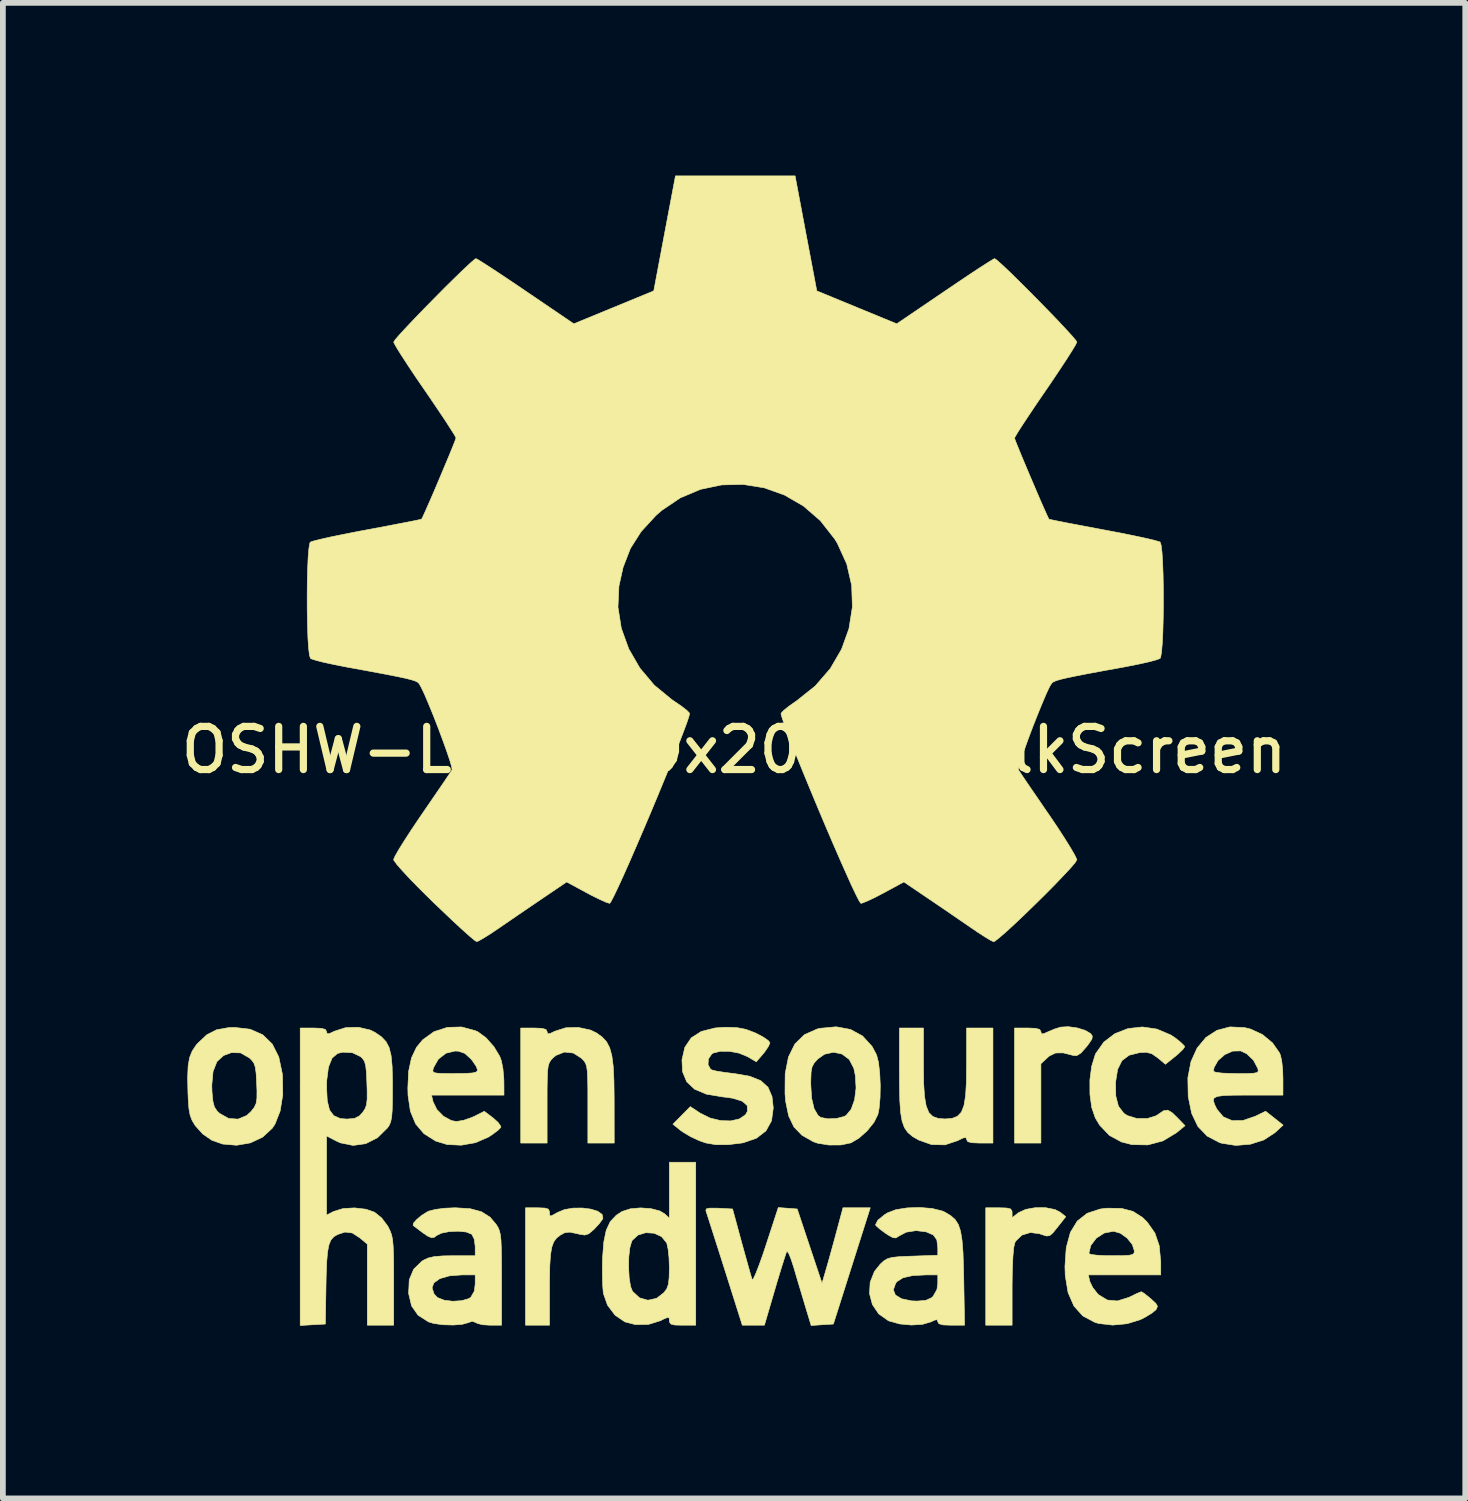
<source format=kicad_pcb>
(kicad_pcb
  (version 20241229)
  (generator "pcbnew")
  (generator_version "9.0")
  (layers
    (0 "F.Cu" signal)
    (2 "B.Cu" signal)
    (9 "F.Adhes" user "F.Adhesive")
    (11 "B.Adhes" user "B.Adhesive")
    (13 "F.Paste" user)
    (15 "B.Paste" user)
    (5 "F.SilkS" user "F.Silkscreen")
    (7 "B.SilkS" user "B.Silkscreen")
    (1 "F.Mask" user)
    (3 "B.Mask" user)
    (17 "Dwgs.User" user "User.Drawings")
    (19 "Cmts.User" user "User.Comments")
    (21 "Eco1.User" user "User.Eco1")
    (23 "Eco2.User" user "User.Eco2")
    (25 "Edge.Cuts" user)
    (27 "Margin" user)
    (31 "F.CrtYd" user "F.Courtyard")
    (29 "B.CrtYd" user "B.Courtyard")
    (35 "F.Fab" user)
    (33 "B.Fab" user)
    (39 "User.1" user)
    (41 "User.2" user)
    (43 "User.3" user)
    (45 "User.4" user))
  (footprint "OSHW-Logo_19x20mm_SilkScreen"
    (layer "F.Cu")
    (at 9.702 9.978)
    (property "Reference" "OSHW-Logo_19x20mm_SilkScreen" (at 0 0 0) (layer "F.SilkS") (effects (font (size 0.75 0.75) (thickness 0.125))))
    (attr exclude_from_pos_files exclude_from_bom)
    (fp_poly (pts (xy 5.959 4.828) (xy 6.102 4.872) (xy 6.194 4.927) (xy 6.224 4.971) (xy 6.216 5.023) (xy 6.162 5.104) (xy 6.117 5.162) (xy 6.024 5.266) (xy 5.953 5.31) (xy 5.893 5.307) (xy 5.716 5.262) (xy 5.585 5.264) (xy 5.479 5.315) (xy 5.444 5.345) (xy 5.33 5.451) (xy 5.33 6.829) (xy 4.872 6.829) (xy 4.872 4.83) (xy 5.101 4.83) (xy 5.238 4.836) (xy 5.309 4.855) (xy 5.33 4.893) (xy 5.33 4.894) (xy 5.34 4.933) (xy 5.383 4.928) (xy 5.444 4.9) (xy 5.57 4.847) (xy 5.672 4.815) (xy 5.803 4.807) (xy 5.959 4.828)) (stroke (width 0.01) (type solid)) (fill yes) (layer "F.SilkS"))
    (fp_poly (pts (xy 5.415 7.952) (xy 5.575 7.984) (xy 5.666 8.031) (xy 5.762 8.108) (xy 5.626 8.281) (xy 5.542 8.385) (xy 5.485 8.436) (xy 5.428 8.444) (xy 5.345 8.418) (xy 5.306 8.404) (xy 5.147 8.383) (xy 5.001 8.428) (xy 4.895 8.529) (xy 4.877 8.562) (xy 4.858 8.647) (xy 4.844 8.805) (xy 4.834 9.023) (xy 4.83 9.291) (xy 4.83 9.329) (xy 4.83 9.993) (xy 4.372 9.993) (xy 4.372 7.953) (xy 4.601 7.953) (xy 4.733 7.957) (xy 4.802 7.972) (xy 4.827 8.007) (xy 4.83 8.039) (xy 4.83 8.126) (xy 4.94 8.039) (xy 5.066 7.981) (xy 5.235 7.951) (xy 5.415 7.952)) (stroke (width 0.01) (type solid)) (fill yes) (layer "F.SilkS"))
    (fp_poly (pts (xy -3.289 7.958) (xy -3.227 7.976) (xy -3.207 8.017) (xy -3.206 8.036) (xy -3.203 8.087) (xy -3.178 8.095) (xy -3.111 8.06) (xy -3.071 8.036) (xy -2.945 7.984) (xy -2.795 7.959) (xy -2.638 7.957) (xy -2.49 7.976) (xy -2.37 8.013) (xy -2.293 8.067) (xy -2.278 8.134) (xy -2.286 8.152) (xy -2.341 8.228) (xy -2.427 8.321) (xy -2.443 8.336) (xy -2.525 8.405) (xy -2.595 8.427) (xy -2.694 8.411) (xy -2.734 8.401) (xy -2.857 8.376) (xy -2.943 8.387) (xy -3.017 8.427) (xy -3.084 8.479) (xy -3.133 8.546) (xy -3.167 8.639) (xy -3.189 8.77) (xy -3.201 8.954) (xy -3.206 9.201) (xy -3.206 9.351) (xy -3.206 9.993) (xy -3.623 9.993) (xy -3.623 7.953) (xy -3.414 7.953) (xy -3.289 7.958)) (stroke (width 0.01) (type solid)) (fill yes) (layer "F.SilkS"))
    (fp_poly (pts (xy 3.29 5.478) (xy 3.293 5.784) (xy 3.308 6.016) (xy 3.337 6.184) (xy 3.383 6.298) (xy 3.452 6.367) (xy 3.547 6.401) (xy 3.664 6.41) (xy 3.787 6.4) (xy 3.88 6.364) (xy 3.948 6.293) (xy 3.994 6.177) (xy 4.022 6.005) (xy 4.036 5.77) (xy 4.039 5.478) (xy 4.039 4.83) (xy 4.497 4.83) (xy 4.497 6.829) (xy 4.268 6.829) (xy 4.13 6.823) (xy 4.059 6.804) (xy 4.039 6.766) (xy 4.027 6.733) (xy 3.979 6.74) (xy 3.883 6.787) (xy 3.664 6.86) (xy 3.43 6.855) (xy 3.207 6.776) (xy 3.1 6.714) (xy 3.019 6.646) (xy 2.96 6.562) (xy 2.919 6.449) (xy 2.893 6.296) (xy 2.879 6.09) (xy 2.874 5.82) (xy 2.873 5.612) (xy 2.873 4.83) (xy 3.29 4.83) (xy 3.29 5.478)) (stroke (width 0.01) (type solid)) (fill yes) (layer "F.SilkS"))
    (fp_poly (pts (xy -2.497 4.865) (xy -2.393 4.914) (xy -2.293 4.986) (xy -2.216 5.068) (xy -2.161 5.173) (xy -2.123 5.312) (xy -2.099 5.498) (xy -2.087 5.742) (xy -2.083 6.057) (xy -2.083 6.09) (xy -2.082 6.829) (xy -2.54 6.829) (xy -2.54 6.147) (xy -2.54 5.895) (xy -2.543 5.712) (xy -2.549 5.585) (xy -2.561 5.499) (xy -2.58 5.442) (xy -2.609 5.399) (xy -2.65 5.356) (xy -2.792 5.265) (xy -2.947 5.248) (xy -3.094 5.306) (xy -3.146 5.349) (xy -3.183 5.389) (xy -3.21 5.433) (xy -3.229 5.492) (xy -3.24 5.582) (xy -3.245 5.716) (xy -3.248 5.907) (xy -3.248 6.14) (xy -3.248 6.829) (xy -3.706 6.829) (xy -3.706 4.83) (xy -3.477 4.83) (xy -3.339 4.836) (xy -3.268 4.855) (xy -3.248 4.893) (xy -3.248 4.894) (xy -3.238 4.931) (xy -3.196 4.926) (xy -3.113 4.886) (xy -2.923 4.826) (xy -2.706 4.82) (xy -2.497 4.865)) (stroke (width 0.01) (type solid)) (fill yes) (layer "F.SilkS"))
    (fp_poly (pts (xy 7.342 4.848) (xy 7.584 4.95) (xy 7.66 5) (xy 7.757 5.077) (xy 7.818 5.137) (xy 7.828 5.157) (xy 7.798 5.2) (xy 7.722 5.274) (xy 7.661 5.326) (xy 7.493 5.46) (xy 7.361 5.349) (xy 7.258 5.277) (xy 7.159 5.252) (xy 7.044 5.258) (xy 6.863 5.303) (xy 6.738 5.397) (xy 6.663 5.548) (xy 6.628 5.766) (xy 6.628 5.766) (xy 6.631 6.01) (xy 6.677 6.189) (xy 6.77 6.311) (xy 6.833 6.352) (xy 7 6.403) (xy 7.178 6.403) (xy 7.333 6.354) (xy 7.37 6.329) (xy 7.462 6.267) (xy 7.534 6.257) (xy 7.612 6.303) (xy 7.698 6.386) (xy 7.834 6.527) (xy 7.683 6.651) (xy 7.45 6.791) (xy 7.187 6.861) (xy 6.912 6.856) (xy 6.731 6.81) (xy 6.52 6.696) (xy 6.351 6.518) (xy 6.275 6.392) (xy 6.213 6.211) (xy 6.182 5.982) (xy 6.181 5.734) (xy 6.212 5.495) (xy 6.273 5.296) (xy 6.282 5.275) (xy 6.424 5.074) (xy 6.616 4.928) (xy 6.843 4.84) (xy 7.091 4.812) (xy 7.342 4.848)) (stroke (width 0.01) (type solid)) (fill yes) (layer "F.SilkS"))
    (fp_poly (pts (xy 2.023 4.855) (xy 2.233 4.97) (xy 2.398 5.151) (xy 2.476 5.298) (xy 2.509 5.428) (xy 2.53 5.613) (xy 2.54 5.827) (xy 2.536 6.042) (xy 2.519 6.23) (xy 2.499 6.331) (xy 2.431 6.468) (xy 2.313 6.615) (xy 2.171 6.742) (xy 2.031 6.825) (xy 2.027 6.826) (xy 1.853 6.862) (xy 1.646 6.863) (xy 1.45 6.831) (xy 1.374 6.804) (xy 1.179 6.693) (xy 1.039 6.548) (xy 0.948 6.357) (xy 0.896 6.105) (xy 0.885 5.973) (xy 0.886 5.808) (xy 1.332 5.808) (xy 1.347 6.049) (xy 1.391 6.233) (xy 1.46 6.351) (xy 1.509 6.385) (xy 1.634 6.408) (xy 1.783 6.401) (xy 1.912 6.367) (xy 1.946 6.349) (xy 2.035 6.241) (xy 2.094 6.075) (xy 2.119 5.874) (xy 2.107 5.658) (xy 2.08 5.528) (xy 2.001 5.377) (xy 1.877 5.283) (xy 1.728 5.251) (xy 1.573 5.285) (xy 1.454 5.368) (xy 1.392 5.437) (xy 1.355 5.505) (xy 1.338 5.597) (xy 1.333 5.738) (xy 1.332 5.808) (xy 0.886 5.808) (xy 0.888 5.621) (xy 0.945 5.333) (xy 1.056 5.108) (xy 1.222 4.946) (xy 1.442 4.848) (xy 1.489 4.836) (xy 1.772 4.809) (xy 2.023 4.855)) (stroke (width 0.01) (type solid)) (fill yes) (layer "F.SilkS"))
    (fp_poly (pts (xy 1.097 7.974) (xy 1.312 8.619) (xy 1.528 9.265) (xy 1.595 9.036) (xy 1.636 8.894) (xy 1.689 8.703) (xy 1.747 8.493) (xy 1.777 8.38) (xy 1.892 7.953) (xy 2.366 7.953) (xy 2.224 8.401) (xy 2.154 8.621) (xy 2.07 8.886) (xy 1.982 9.163) (xy 1.904 9.41) (xy 1.725 9.973) (xy 1.532 9.985) (xy 1.339 9.998) (xy 1.234 9.652) (xy 1.17 9.437) (xy 1.099 9.201) (xy 1.038 8.992) (xy 1.035 8.983) (xy 0.989 8.842) (xy 0.949 8.745) (xy 0.92 8.708) (xy 0.914 8.713) (xy 0.894 8.769) (xy 0.855 8.891) (xy 0.802 9.061) (xy 0.74 9.266) (xy 0.707 9.379) (xy 0.527 9.993) (xy 0.143 9.993) (xy -0.163 9.025) (xy -0.249 8.754) (xy -0.328 8.507) (xy -0.395 8.297) (xy -0.447 8.135) (xy -0.48 8.033) (xy -0.49 8.003) (xy -0.482 7.972) (xy -0.419 7.959) (xy -0.289 7.96) (xy -0.268 7.961) (xy -0.026 7.974) (xy 0.132 8.557) (xy 0.191 8.769) (xy 0.243 8.956) (xy 0.284 9.101) (xy 0.31 9.188) (xy 0.315 9.202) (xy 0.335 9.186) (xy 0.375 9.102) (xy 0.43 8.961) (xy 0.497 8.775) (xy 0.553 8.607) (xy 0.768 7.949) (xy 1.097 7.974)) (stroke (width 0.01) (type solid)) (fill yes) (layer "F.SilkS"))
    (fp_poly (pts (xy -8.405 4.852) (xy -8.188 4.948) (xy -8.022 5.109) (xy -7.909 5.334) (xy -7.848 5.625) (xy -7.844 5.67) (xy -7.84 5.99) (xy -7.885 6.271) (xy -7.974 6.498) (xy -8.022 6.571) (xy -8.19 6.726) (xy -8.403 6.826) (xy -8.642 6.867) (xy -8.885 6.846) (xy -9.07 6.781) (xy -9.23 6.671) (xy -9.36 6.527) (xy -9.362 6.524) (xy -9.415 6.435) (xy -9.449 6.346) (xy -9.47 6.233) (xy -9.482 6.074) (xy -9.487 5.944) (xy -9.49 5.826) (xy -9.073 5.826) (xy -9.069 5.943) (xy -9.054 6.1) (xy -9.028 6.201) (xy -8.981 6.272) (xy -8.937 6.314) (xy -8.781 6.401) (xy -8.618 6.413) (xy -8.466 6.35) (xy -8.39 6.28) (xy -8.335 6.209) (xy -8.303 6.141) (xy -8.289 6.052) (xy -8.288 5.919) (xy -8.293 5.797) (xy -8.302 5.623) (xy -8.317 5.51) (xy -8.343 5.436) (xy -8.388 5.379) (xy -8.424 5.347) (xy -8.573 5.262) (xy -8.733 5.258) (xy -8.868 5.308) (xy -8.983 5.413) (xy -9.051 5.585) (xy -9.073 5.826) (xy -9.49 5.826) (xy -9.492 5.685) (xy -9.484 5.491) (xy -9.459 5.345) (xy -9.413 5.23) (xy -9.345 5.128) (xy -9.319 5.098) (xy -9.159 4.947) (xy -8.988 4.86) (xy -8.778 4.823) (xy -8.676 4.82) (xy -8.405 4.852)) (stroke (width 0.01) (type solid)) (fill yes) (layer "F.SilkS"))
    (fp_poly (pts (xy -0.666 9.993) (xy -0.895 9.993) (xy -1.028 9.99) (xy -1.097 9.973) (xy -1.122 9.938) (xy -1.124 9.915) (xy -1.128 9.867) (xy -1.155 9.858) (xy -1.225 9.887) (xy -1.279 9.915) (xy -1.487 9.979) (xy -1.713 9.983) (xy -1.897 9.935) (xy -2.068 9.818) (xy -2.198 9.646) (xy -2.27 9.443) (xy -2.272 9.431) (xy -2.282 9.307) (xy -2.287 9.129) (xy -2.287 8.994) (xy -1.832 8.994) (xy -1.822 9.173) (xy -1.798 9.321) (xy -1.765 9.404) (xy -1.642 9.518) (xy -1.497 9.559) (xy -1.346 9.526) (xy -1.218 9.427) (xy -1.169 9.361) (xy -1.141 9.282) (xy -1.128 9.167) (xy -1.124 8.994) (xy -1.13 8.822) (xy -1.146 8.672) (xy -1.168 8.571) (xy -1.171 8.562) (xy -1.26 8.454) (xy -1.389 8.395) (xy -1.534 8.386) (xy -1.669 8.427) (xy -1.769 8.519) (xy -1.779 8.537) (xy -1.811 8.65) (xy -1.829 8.811) (xy -1.832 8.994) (xy -2.287 8.994) (xy -2.287 8.926) (xy -2.284 8.817) (xy -2.263 8.547) (xy -2.221 8.344) (xy -2.151 8.194) (xy -2.046 8.083) (xy -1.945 8.017) (xy -1.803 7.971) (xy -1.626 7.955) (xy -1.445 7.968) (xy -1.291 8.008) (xy -1.209 8.056) (xy -1.124 8.133) (xy -1.124 7.162) (xy -0.666 7.162) (xy -0.666 9.993)) (stroke (width 0.01) (type solid)) (fill yes) (layer "F.SilkS"))
    (fp_poly (pts (xy 8.868 4.823) (xy 8.974 4.849) (xy 9.179 4.944) (xy 9.354 5.089) (xy 9.475 5.262) (xy 9.491 5.301) (xy 9.514 5.403) (xy 9.53 5.555) (xy 9.535 5.707) (xy 9.535 5.996) (xy 8.932 5.996) (xy 8.683 5.997) (xy 8.507 6.003) (xy 8.396 6.018) (xy 8.338 6.046) (xy 8.326 6.092) (xy 8.348 6.16) (xy 8.387 6.24) (xy 8.498 6.373) (xy 8.651 6.439) (xy 8.838 6.437) (xy 9.05 6.365) (xy 9.234 6.276) (xy 9.386 6.396) (xy 9.538 6.517) (xy 9.395 6.649) (xy 9.204 6.774) (xy 8.969 6.849) (xy 8.716 6.87) (xy 8.471 6.832) (xy 8.432 6.82) (xy 8.217 6.707) (xy 8.057 6.54) (xy 7.949 6.313) (xy 7.889 6.02) (xy 7.889 6.014) (xy 7.883 5.695) (xy 7.905 5.582) (xy 8.328 5.582) (xy 8.367 5.599) (xy 8.472 5.613) (xy 8.628 5.62) (xy 8.726 5.621) (xy 8.91 5.621) (xy 9.025 5.616) (xy 9.085 5.604) (xy 9.106 5.581) (xy 9.101 5.542) (xy 9.096 5.528) (xy 9.022 5.389) (xy 8.905 5.277) (xy 8.801 5.228) (xy 8.664 5.231) (xy 8.525 5.292) (xy 8.408 5.394) (xy 8.338 5.517) (xy 8.328 5.582) (xy 7.905 5.582) (xy 7.937 5.415) (xy 8.043 5.18) (xy 8.195 4.996) (xy 8.387 4.871) (xy 8.614 4.811) (xy 8.868 4.823)) (stroke (width 0.01) (type solid)) (fill yes) (layer "F.SilkS"))
    (fp_poly (pts (xy 0.046 4.823) (xy 0.204 4.853) (xy 0.368 4.915) (xy 0.385 4.923) (xy 0.509 4.989) (xy 0.595 5.049) (xy 0.623 5.088) (xy 0.596 5.151) (xy 0.532 5.245) (xy 0.504 5.28) (xy 0.386 5.417) (xy 0.235 5.328) (xy 0.091 5.268) (xy -0.076 5.236) (xy -0.236 5.234) (xy -0.359 5.264) (xy -0.389 5.283) (xy -0.446 5.368) (xy -0.452 5.467) (xy -0.41 5.544) (xy -0.385 5.559) (xy -0.31 5.578) (xy -0.178 5.599) (xy -0.016 5.62) (xy 0.014 5.623) (xy 0.275 5.669) (xy 0.464 5.745) (xy 0.59 5.86) (xy 0.659 6.021) (xy 0.681 6.218) (xy 0.651 6.441) (xy 0.554 6.617) (xy 0.388 6.745) (xy 0.155 6.825) (xy -0.104 6.857) (xy -0.315 6.857) (xy -0.487 6.828) (xy -0.604 6.788) (xy -0.752 6.719) (xy -0.888 6.638) (xy -0.937 6.603) (xy -1.062 6.501) (xy -0.76 6.196) (xy -0.589 6.309) (xy -0.417 6.394) (xy -0.234 6.439) (xy -0.058 6.444) (xy 0.093 6.409) (xy 0.199 6.337) (xy 0.233 6.275) (xy 0.228 6.177) (xy 0.143 6.102) (xy -0.022 6.05) (xy -0.202 6.026) (xy -0.479 5.98) (xy -0.685 5.894) (xy -0.823 5.764) (xy -0.895 5.589) (xy -0.905 5.382) (xy -0.855 5.165) (xy -0.744 5.001) (xy -0.568 4.889) (xy -0.327 4.829) (xy -0.149 4.817) (xy 0.046 4.823)) (stroke (width 0.01) (type solid)) (fill yes) (layer "F.SilkS"))
    (fp_poly (pts (xy 6.731 7.964) (xy 6.93 8.016) (xy 7.097 8.123) (xy 7.177 8.202) (xy 7.31 8.391) (xy 7.385 8.61) (xy 7.411 8.879) (xy 7.412 8.9) (xy 7.412 9.119) (xy 6.154 9.119) (xy 6.18 9.234) (xy 6.229 9.337) (xy 6.314 9.445) (xy 6.331 9.463) (xy 6.484 9.556) (xy 6.657 9.572) (xy 6.857 9.51) (xy 6.891 9.494) (xy 6.995 9.443) (xy 7.065 9.415) (xy 7.077 9.412) (xy 7.12 9.438) (xy 7.2 9.501) (xy 7.241 9.535) (xy 7.327 9.614) (xy 7.355 9.666) (xy 7.335 9.714) (xy 7.325 9.728) (xy 7.255 9.785) (xy 7.139 9.855) (xy 7.058 9.896) (xy 6.829 9.967) (xy 6.575 9.991) (xy 6.334 9.963) (xy 6.267 9.943) (xy 6.058 9.832) (xy 5.904 9.66) (xy 5.802 9.426) (xy 5.753 9.129) (xy 5.748 8.973) (xy 5.763 8.747) (xy 6.163 8.747) (xy 6.201 8.764) (xy 6.305 8.777) (xy 6.456 8.785) (xy 6.558 8.786) (xy 6.742 8.785) (xy 6.858 8.779) (xy 6.922 8.765) (xy 6.949 8.74) (xy 6.954 8.703) (xy 6.918 8.591) (xy 6.828 8.48) (xy 6.71 8.395) (xy 6.592 8.361) (xy 6.431 8.392) (xy 6.292 8.481) (xy 6.196 8.609) (xy 6.163 8.747) (xy 5.763 8.747) (xy 5.771 8.644) (xy 5.842 8.381) (xy 5.962 8.184) (xy 6.134 8.049) (xy 6.358 7.975) (xy 6.479 7.96) (xy 6.731 7.964)) (stroke (width 0.01) (type solid)) (fill yes) (layer "F.SilkS"))
    (fp_poly (pts (xy -4.493 4.877) (xy -4.451 4.896) (xy -4.308 5.001) (xy -4.172 5.155) (xy -4.07 5.324) (xy -4.042 5.402) (xy -4.015 5.54) (xy -4 5.708) (xy -3.998 5.777) (xy -3.997 5.996) (xy -5.256 5.996) (xy -5.229 6.111) (xy -5.163 6.246) (xy -5.048 6.363) (xy -4.911 6.438) (xy -4.824 6.454) (xy -4.705 6.435) (xy -4.564 6.387) (xy -4.516 6.366) (xy -4.339 6.277) (xy -4.187 6.392) (xy -4.1 6.47) (xy -4.054 6.535) (xy -4.051 6.554) (xy -4.093 6.6) (xy -4.184 6.669) (xy -4.266 6.724) (xy -4.489 6.821) (xy -4.739 6.866) (xy -4.987 6.854) (xy -5.184 6.794) (xy -5.388 6.665) (xy -5.532 6.496) (xy -5.623 6.276) (xy -5.664 5.998) (xy -5.667 5.871) (xy -5.653 5.579) (xy -5.651 5.571) (xy -5.234 5.571) (xy -5.223 5.598) (xy -5.175 5.613) (xy -5.078 5.62) (xy -4.916 5.621) (xy -4.854 5.621) (xy -4.664 5.619) (xy -4.544 5.611) (xy -4.479 5.595) (xy -4.456 5.568) (xy -4.455 5.56) (xy -4.482 5.492) (xy -4.547 5.397) (xy -4.575 5.364) (xy -4.679 5.27) (xy -4.788 5.233) (xy -4.847 5.23) (xy -5.005 5.268) (xy -5.138 5.372) (xy -5.223 5.523) (xy -5.224 5.528) (xy -5.234 5.571) (xy -5.651 5.571) (xy -5.604 5.35) (xy -5.517 5.166) (xy -5.41 5.036) (xy -5.213 4.894) (xy -4.981 4.819) (xy -4.734 4.812) (xy -4.493 4.877)) (stroke (width 0.01) (type solid)) (fill yes) (layer "F.SilkS"))
    (fp_poly (pts (xy 3.439 7.965) (xy 3.614 8.008) (xy 3.665 8.031) (xy 3.763 8.09) (xy 3.839 8.156) (xy 3.895 8.242) (xy 3.934 8.358) (xy 3.96 8.517) (xy 3.977 8.729) (xy 3.986 9.007) (xy 3.99 9.192) (xy 4.004 9.993) (xy 3.772 9.993) (xy 3.631 9.988) (xy 3.558 9.967) (xy 3.539 9.933) (xy 3.529 9.897) (xy 3.485 9.904) (xy 3.425 9.933) (xy 3.274 9.978) (xy 3.08 9.99) (xy 2.876 9.971) (xy 2.694 9.92) (xy 2.678 9.913) (xy 2.512 9.796) (xy 2.403 9.634) (xy 2.353 9.445) (xy 2.357 9.378) (xy 2.767 9.378) (xy 2.803 9.469) (xy 2.91 9.534) (xy 3.083 9.57) (xy 3.175 9.574) (xy 3.329 9.562) (xy 3.431 9.516) (xy 3.456 9.494) (xy 3.524 9.374) (xy 3.539 9.265) (xy 3.539 9.119) (xy 3.336 9.119) (xy 3.1 9.131) (xy 2.935 9.169) (xy 2.83 9.235) (xy 2.807 9.265) (xy 2.767 9.378) (xy 2.357 9.378) (xy 2.364 9.247) (xy 2.439 9.058) (xy 2.542 8.93) (xy 2.604 8.874) (xy 2.665 8.838) (xy 2.744 8.816) (xy 2.861 8.803) (xy 3.036 8.795) (xy 3.105 8.793) (xy 3.539 8.778) (xy 3.539 8.647) (xy 3.522 8.509) (xy 3.461 8.425) (xy 3.338 8.372) (xy 3.335 8.371) (xy 3.161 8.35) (xy 2.99 8.377) (xy 2.863 8.444) (xy 2.812 8.477) (xy 2.758 8.472) (xy 2.673 8.424) (xy 2.624 8.391) (xy 2.527 8.319) (xy 2.467 8.265) (xy 2.457 8.249) (xy 2.497 8.169) (xy 2.614 8.074) (xy 2.665 8.042) (xy 2.811 7.986) (xy 3.008 7.955) (xy 3.227 7.948) (xy 3.439 7.965)) (stroke (width 0.01) (type solid)) (fill yes) (layer "F.SilkS"))
    (fp_poly (pts (xy -4.584 7.969) (xy -4.388 8.022) (xy -4.239 8.116) (xy -4.134 8.24) (xy -4.101 8.293) (xy -4.077 8.349) (xy -4.06 8.42) (xy -4.049 8.519) (xy -4.043 8.66) (xy -4.04 8.855) (xy -4.039 9.118) (xy -4.039 9.188) (xy -4.039 9.993) (xy -4.239 9.993) (xy -4.366 9.985) (xy -4.461 9.962) (xy -4.484 9.948) (xy -4.549 9.924) (xy -4.615 9.948) (xy -4.723 9.978) (xy -4.881 9.99) (xy -5.056 9.985) (xy -5.216 9.963) (xy -5.309 9.935) (xy -5.49 9.819) (xy -5.602 9.658) (xy -5.653 9.444) (xy -5.654 9.438) (xy -5.649 9.344) (xy -5.247 9.344) (xy -5.211 9.451) (xy -5.154 9.512) (xy -5.039 9.558) (xy -4.887 9.577) (xy -4.732 9.567) (xy -4.608 9.531) (xy -4.573 9.508) (xy -4.512 9.401) (xy -4.497 9.279) (xy -4.497 9.119) (xy -4.727 9.119) (xy -4.946 9.136) (xy -5.112 9.184) (xy -5.215 9.258) (xy -5.247 9.344) (xy -5.649 9.344) (xy -5.643 9.205) (xy -5.566 9.02) (xy -5.421 8.88) (xy -5.401 8.867) (xy -5.315 8.826) (xy -5.208 8.801) (xy -5.059 8.789) (xy -4.882 8.786) (xy -4.497 8.786) (xy -4.497 8.624) (xy -4.513 8.499) (xy -4.555 8.415) (xy -4.56 8.411) (xy -4.653 8.374) (xy -4.793 8.36) (xy -4.948 8.367) (xy -5.084 8.394) (xy -5.166 8.434) (xy -5.21 8.467) (xy -5.256 8.473) (xy -5.32 8.446) (xy -5.417 8.38) (xy -5.563 8.269) (xy -5.576 8.259) (xy -5.569 8.22) (xy -5.512 8.156) (xy -5.426 8.084) (xy -5.33 8.024) (xy -5.3 8.01) (xy -5.19 7.982) (xy -5.03 7.961) (xy -4.85 7.953) (xy -4.842 7.953) (xy -4.584 7.969)) (stroke (width 0.01) (type solid)) (fill yes) (layer "F.SilkS"))
    (fp_poly (pts (xy -6.321 4.865) (xy -6.233 4.909) (xy -6.125 4.984) (xy -6.046 5.067) (xy -5.992 5.17) (xy -5.958 5.309) (xy -5.94 5.497) (xy -5.934 5.749) (xy -5.934 5.858) (xy -5.935 6.095) (xy -5.939 6.265) (xy -5.949 6.383) (xy -5.966 6.463) (xy -5.992 6.523) (xy -6.019 6.563) (xy -6.193 6.735) (xy -6.398 6.839) (xy -6.618 6.87) (xy -6.84 6.825) (xy -6.91 6.793) (xy -7.079 6.705) (xy -7.079 8.08) (xy -6.956 8.017) (xy -6.794 7.967) (xy -6.595 7.955) (xy -6.396 7.978) (xy -6.246 8.03) (xy -6.122 8.13) (xy -6.016 8.272) (xy -6.008 8.287) (xy -5.974 8.356) (xy -5.949 8.425) (xy -5.932 8.509) (xy -5.922 8.622) (xy -5.916 8.778) (xy -5.913 8.99) (xy -5.913 9.23) (xy -5.913 9.993) (xy -6.371 9.993) (xy -6.371 8.585) (xy -6.499 8.477) (xy -6.632 8.391) (xy -6.758 8.375) (xy -6.885 8.416) (xy -6.952 8.455) (xy -7.003 8.512) (xy -7.038 8.597) (xy -7.062 8.722) (xy -7.077 8.901) (xy -7.086 9.144) (xy -7.089 9.306) (xy -7.1 9.973) (xy -7.318 9.985) (xy -7.537 9.998) (xy -7.537 5.863) (xy -7.079 5.863) (xy -7.067 6.094) (xy -7.028 6.254) (xy -6.954 6.353) (xy -6.84 6.403) (xy -6.725 6.412) (xy -6.594 6.401) (xy -6.508 6.357) (xy -6.453 6.298) (xy -6.411 6.235) (xy -6.385 6.165) (xy -6.374 6.066) (xy -6.374 5.918) (xy -6.378 5.795) (xy -6.386 5.608) (xy -6.399 5.486) (xy -6.421 5.408) (xy -6.457 5.356) (xy -6.49 5.326) (xy -6.629 5.26) (xy -6.795 5.25) (xy -6.889 5.272) (xy -6.983 5.353) (xy -7.046 5.509) (xy -7.076 5.741) (xy -7.079 5.863) (xy -7.537 5.863) (xy -7.537 4.83) (xy -7.308 4.83) (xy -7.17 4.836) (xy -7.099 4.855) (xy -7.079 4.893) (xy -7.079 4.894) (xy -7.069 4.931) (xy -7.027 4.926) (xy -6.943 4.886) (xy -6.748 4.824) (xy -6.529 4.817) (xy -6.321 4.865)) (stroke (width 0.01) (type solid)) (fill yes) (layer "F.SilkS"))
    (fp_poly (pts (xy 1.248 -8.974) (xy 1.437 -7.975) (xy 2.131 -7.689) (xy 2.826 -7.403) (xy 3.659 -7.969) (xy 3.893 -8.127) (xy 4.103 -8.268) (xy 4.282 -8.386) (xy 4.419 -8.473) (xy 4.503 -8.525) (xy 4.526 -8.536) (xy 4.568 -8.507) (xy 4.657 -8.428) (xy 4.783 -8.309) (xy 4.936 -8.159) (xy 5.107 -7.989) (xy 5.285 -7.809) (xy 5.46 -7.63) (xy 5.624 -7.46) (xy 5.764 -7.31) (xy 5.873 -7.191) (xy 5.939 -7.112) (xy 5.954 -7.086) (xy 5.932 -7.037) (xy 5.868 -6.931) (xy 5.77 -6.777) (xy 5.644 -6.586) (xy 5.498 -6.368) (xy 5.413 -6.244) (xy 5.258 -6.018) (xy 5.121 -5.813) (xy 5.007 -5.641) (xy 4.924 -5.511) (xy 4.879 -5.434) (xy 4.872 -5.418) (xy 4.887 -5.372) (xy 4.93 -5.265) (xy 4.993 -5.111) (xy 5.07 -4.927) (xy 5.155 -4.726) (xy 5.241 -4.525) (xy 5.321 -4.338) (xy 5.391 -4.18) (xy 5.442 -4.066) (xy 5.469 -4.012) (xy 5.47 -4.009) (xy 5.513 -3.999) (xy 5.625 -3.976) (xy 5.796 -3.942) (xy 6.014 -3.901) (xy 6.268 -3.853) (xy 6.415 -3.825) (xy 6.686 -3.774) (xy 6.93 -3.725) (xy 7.136 -3.681) (xy 7.291 -3.645) (xy 7.383 -3.619) (xy 7.401 -3.611) (xy 7.419 -3.557) (xy 7.434 -3.433) (xy 7.445 -3.256) (xy 7.453 -3.038) (xy 7.457 -2.795) (xy 7.458 -2.541) (xy 7.455 -2.29) (xy 7.449 -2.057) (xy 7.439 -1.856) (xy 7.426 -1.702) (xy 7.41 -1.609) (xy 7.4 -1.59) (xy 7.341 -1.567) (xy 7.217 -1.533) (xy 7.043 -1.494) (xy 6.837 -1.453) (xy 6.765 -1.439) (xy 6.418 -1.376) (xy 6.143 -1.325) (xy 5.933 -1.284) (xy 5.777 -1.251) (xy 5.667 -1.225) (xy 5.594 -1.203) (xy 5.549 -1.183) (xy 5.522 -1.163) (xy 5.518 -1.159) (xy 5.48 -1.097) (xy 5.423 -0.975) (xy 5.352 -0.808) (xy 5.272 -0.612) (xy 5.189 -0.402) (xy 5.11 -0.192) (xy 5.04 0.002) (xy 4.984 0.166) (xy 4.949 0.285) (xy 4.939 0.344) (xy 4.94 0.346) (xy 4.972 0.394) (xy 5.043 0.5) (xy 5.146 0.652) (xy 5.275 0.839) (xy 5.42 1.052) (xy 5.462 1.112) (xy 5.61 1.331) (xy 5.74 1.531) (xy 5.845 1.7) (xy 5.918 1.826) (xy 5.953 1.9) (xy 5.954 1.909) (xy 5.926 1.956) (xy 5.846 2.05) (xy 5.725 2.18) (xy 5.575 2.337) (xy 5.404 2.51) (xy 5.223 2.688) (xy 5.043 2.863) (xy 4.873 3.024) (xy 4.724 3.161) (xy 4.606 3.263) (xy 4.53 3.322) (xy 4.509 3.331) (xy 4.46 3.309) (xy 4.359 3.248) (xy 4.223 3.16) (xy 4.119 3.089) (xy 3.929 2.959) (xy 3.705 2.805) (xy 3.48 2.652) (xy 3.359 2.57) (xy 2.95 2.293) (xy 2.606 2.479) (xy 2.45 2.561) (xy 2.316 2.624) (xy 2.226 2.66) (xy 2.203 2.665) (xy 2.176 2.628) (xy 2.122 2.523) (xy 2.044 2.36) (xy 1.949 2.149) (xy 1.838 1.899) (xy 1.717 1.621) (xy 1.589 1.322) (xy 1.459 1.014) (xy 1.331 0.706) (xy 1.208 0.408) (xy 1.095 0.129) (xy 0.996 -0.121) (xy 0.914 -0.333) (xy 0.855 -0.496) (xy 0.821 -0.601) (xy 0.816 -0.637) (xy 0.859 -0.684) (xy 0.952 -0.759) (xy 1.077 -0.847) (xy 1.088 -0.854) (xy 1.411 -1.112) (xy 1.672 -1.414) (xy 1.867 -1.749) (xy 1.996 -2.108) (xy 2.055 -2.482) (xy 2.043 -2.859) (xy 1.957 -3.232) (xy 1.794 -3.59) (xy 1.746 -3.668) (xy 1.498 -3.984) (xy 1.204 -4.238) (xy 0.876 -4.428) (xy 0.523 -4.554) (xy 0.155 -4.613) (xy -0.217 -4.604) (xy -0.584 -4.527) (xy -0.934 -4.379) (xy -1.259 -4.16) (xy -1.359 -4.072) (xy -1.615 -3.793) (xy -1.801 -3.5) (xy -1.928 -3.172) (xy -2 -2.847) (xy -2.017 -2.481) (xy -1.959 -2.114) (xy -1.83 -1.757) (xy -1.637 -1.423) (xy -1.386 -1.125) (xy -1.082 -0.875) (xy -1.042 -0.848) (xy -0.916 -0.762) (xy -0.82 -0.687) (xy -0.774 -0.639) (xy -0.773 -0.637) (xy -0.783 -0.586) (xy -0.822 -0.468) (xy -0.887 -0.295) (xy -0.972 -0.075) (xy -1.074 0.182) (xy -1.19 0.465) (xy -1.314 0.766) (xy -1.443 1.075) (xy -1.573 1.382) (xy -1.7 1.677) (xy -1.819 1.951) (xy -1.927 2.194) (xy -2.02 2.396) (xy -2.093 2.548) (xy -2.142 2.641) (xy -2.162 2.665) (xy -2.223 2.646) (xy -2.336 2.595) (xy -2.484 2.522) (xy -2.564 2.479) (xy -2.908 2.293) (xy -3.317 2.57) (xy -3.526 2.712) (xy -3.755 2.868) (xy -3.969 3.015) (xy -4.077 3.089) (xy -4.228 3.191) (xy -4.356 3.271) (xy -4.444 3.32) (xy -4.472 3.33) (xy -4.514 3.302) (xy -4.606 3.224) (xy -4.74 3.104) (xy -4.906 2.95) (xy -5.096 2.769) (xy -5.217 2.654) (xy -5.427 2.447) (xy -5.609 2.262) (xy -5.754 2.107) (xy -5.857 1.99) (xy -5.909 1.918) (xy -5.914 1.903) (xy -5.891 1.848) (xy -5.827 1.735) (xy -5.729 1.578) (xy -5.605 1.386) (xy -5.461 1.172) (xy -5.42 1.112) (xy -5.271 0.895) (xy -5.137 0.699) (xy -5.026 0.537) (xy -4.946 0.417) (xy -4.903 0.353) (xy -4.899 0.346) (xy -4.905 0.294) (xy -4.938 0.181) (xy -4.992 0.021) (xy -5.061 -0.171) (xy -5.139 -0.38) (xy -5.221 -0.591) (xy -5.302 -0.789) (xy -5.374 -0.959) (xy -5.434 -1.086) (xy -5.474 -1.156) (xy -5.476 -1.159) (xy -5.501 -1.179) (xy -5.542 -1.199) (xy -5.609 -1.22) (xy -5.712 -1.246) (xy -5.858 -1.277) (xy -6.057 -1.316) (xy -6.319 -1.365) (xy -6.651 -1.426) (xy -6.723 -1.439) (xy -6.937 -1.481) (xy -7.123 -1.521) (xy -7.265 -1.557) (xy -7.347 -1.584) (xy -7.358 -1.59) (xy -7.376 -1.645) (xy -7.391 -1.77) (xy -7.403 -1.948) (xy -7.41 -2.166) (xy -7.415 -2.409) (xy -7.416 -2.663) (xy -7.414 -2.914) (xy -7.408 -3.147) (xy -7.399 -3.347) (xy -7.386 -3.5) (xy -7.37 -3.593) (xy -7.36 -3.611) (xy -7.305 -3.63) (xy -7.181 -3.661) (xy -7 -3.702) (xy -6.773 -3.748) (xy -6.515 -3.799) (xy -6.374 -3.825) (xy -6.106 -3.875) (xy -5.868 -3.921) (xy -5.67 -3.959) (xy -5.524 -3.988) (xy -5.442 -4.006) (xy -5.429 -4.009) (xy -5.406 -4.053) (xy -5.358 -4.159) (xy -5.291 -4.311) (xy -5.211 -4.495) (xy -5.126 -4.696) (xy -5.041 -4.898) (xy -4.962 -5.086) (xy -4.897 -5.245) (xy -4.851 -5.361) (xy -4.831 -5.418) (xy -4.83 -5.42) (xy -4.853 -5.465) (xy -4.917 -5.567) (xy -5.014 -5.718) (xy -5.14 -5.906) (xy -5.286 -6.122) (xy -5.371 -6.246) (xy -5.527 -6.473) (xy -5.664 -6.679) (xy -5.778 -6.854) (xy -5.861 -6.987) (xy -5.906 -7.068) (xy -5.913 -7.086) (xy -5.885 -7.129) (xy -5.807 -7.219) (xy -5.689 -7.347) (xy -5.542 -7.502) (xy -5.374 -7.676) (xy -5.197 -7.856) (xy -5.02 -8.035) (xy -4.852 -8.2) (xy -4.705 -8.343) (xy -4.587 -8.453) (xy -4.51 -8.52) (xy -4.484 -8.536) (xy -4.442 -8.514) (xy -4.34 -8.45) (xy -4.19 -8.353) (xy -4.001 -8.228) (xy -3.782 -8.081) (xy -3.617 -7.969) (xy -2.784 -7.403) (xy -2.09 -7.689) (xy -1.395 -7.975) (xy -1.207 -8.974) (xy -1.018 -9.973) (xy 1.06 -9.973) (xy 1.248 -8.974)) (stroke (width 0.01) (type solid)) (fill yes) (layer "F.SilkS")))
  (gr_rect
    (start -3 -3)
    (end 22.404 22.98)
    (stroke (width 0.1) (type default))
    (fill no)
    (layer "Edge.Cuts")))
</source>
